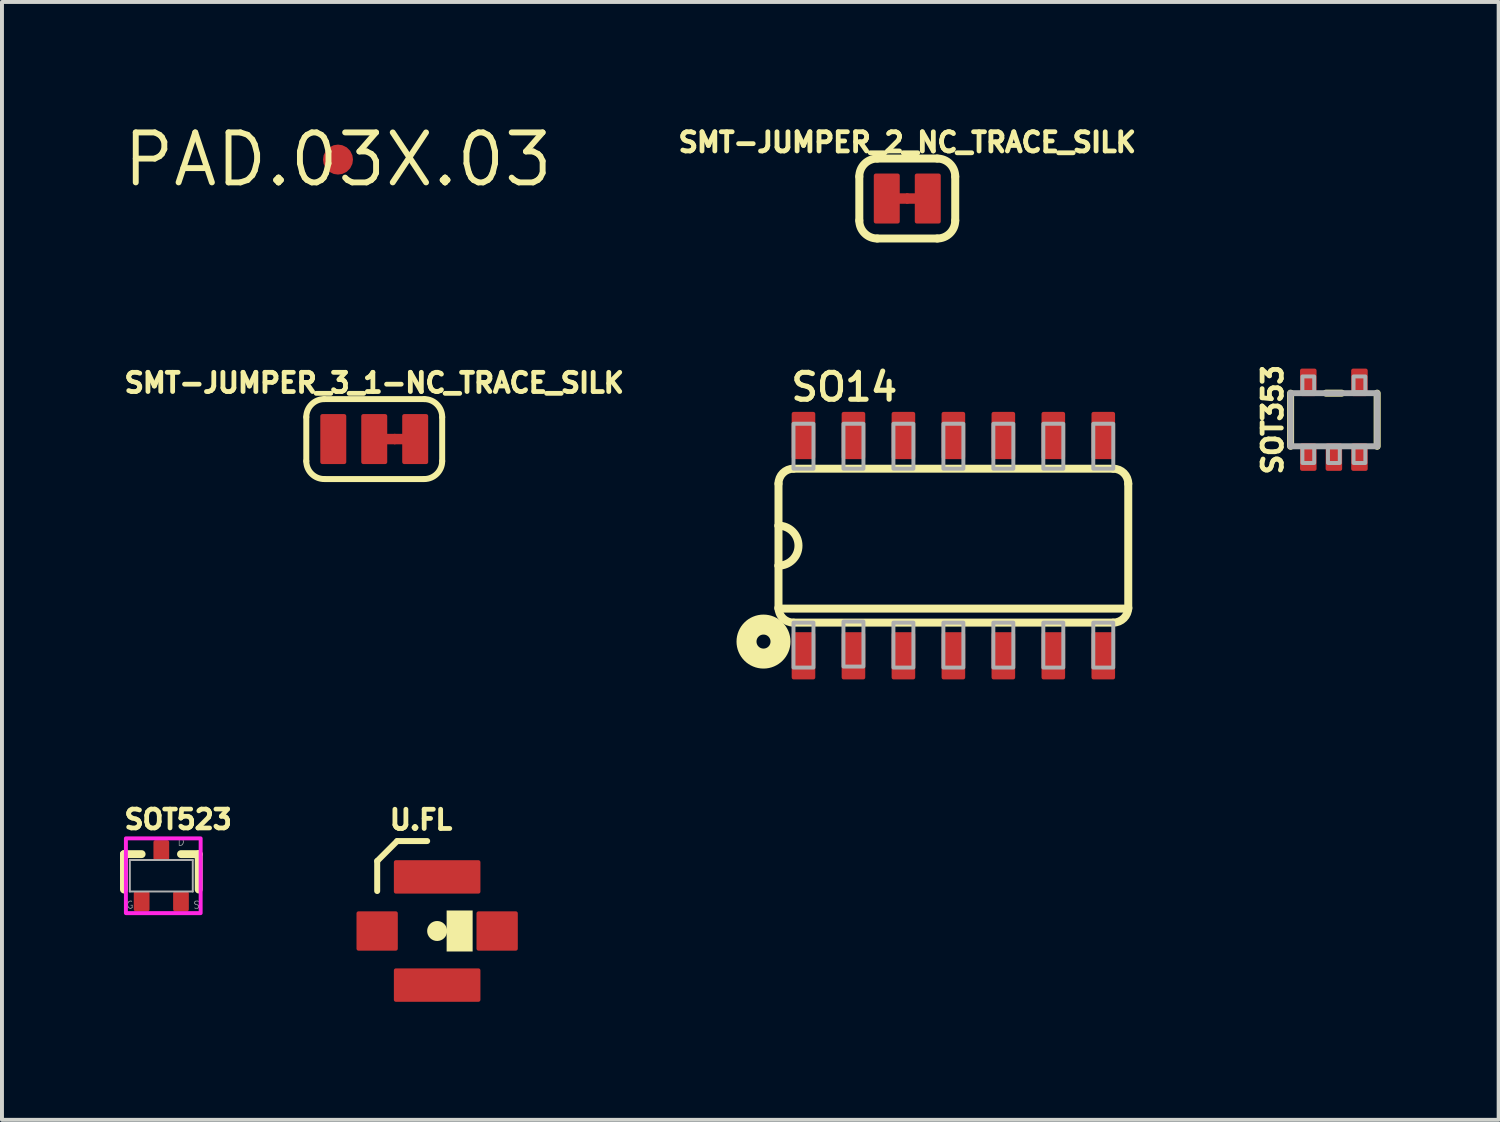
<source format=kicad_pcb>
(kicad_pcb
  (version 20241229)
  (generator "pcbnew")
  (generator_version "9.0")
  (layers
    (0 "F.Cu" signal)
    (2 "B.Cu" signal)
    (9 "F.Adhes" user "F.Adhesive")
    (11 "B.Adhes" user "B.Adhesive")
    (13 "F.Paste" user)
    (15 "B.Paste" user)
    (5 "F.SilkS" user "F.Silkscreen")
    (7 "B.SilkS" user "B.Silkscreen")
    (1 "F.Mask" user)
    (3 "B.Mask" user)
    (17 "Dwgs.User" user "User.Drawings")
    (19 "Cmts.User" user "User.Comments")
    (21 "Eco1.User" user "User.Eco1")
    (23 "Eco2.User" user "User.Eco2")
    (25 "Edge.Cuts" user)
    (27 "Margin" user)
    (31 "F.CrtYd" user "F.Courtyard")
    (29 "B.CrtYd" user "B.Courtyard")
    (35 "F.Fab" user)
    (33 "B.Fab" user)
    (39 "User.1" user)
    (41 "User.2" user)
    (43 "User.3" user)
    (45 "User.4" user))
  (footprint "PAD.03X.03"
    (layer "F.Cu")
    (at 5.541 1.006)
    (property "Reference" "PAD.03X.03" (at 0 0 0) (layer "F.SilkS") (effects (font (size 1.27 1.27) (thickness 0.15))))
    (pad "1" smd roundrect (at 0 0) (size 0.762 0.762) (layers "F.Cu" "F.Mask") (roundrect_rratio 0.5)))
  (footprint "SOT523"
    (layer "F.Cu")
    (at 1.05 19.259)
    (property "Reference" "SOT523" (at -1 -1.2 0) (unlocked yes) (layer "F.SilkS") (effects (font (size 0.48 0.48) (thickness 0.12)) (justify left bottom)))
    (fp_poly (pts (xy -0.75 0.9) (xy -0.25 0.9) (xy -0.25 0.29) (xy -0.75 0.29)) (stroke (width 0) (type default)) (fill yes) (layer "F.Mask"))
    (fp_poly (pts (xy -0.25 -0.4) (xy 0.25 -0.4) (xy 0.25 -1.01) (xy -0.25 -1.01)) (stroke (width 0) (type default)) (fill yes) (layer "F.Mask"))
    (fp_poly (pts (xy 0.25 0.9) (xy 0.75 0.9) (xy 0.75 0.29) (xy 0.25 0.29)) (stroke (width 0) (type default)) (fill yes) (layer "F.Mask"))
    (fp_line (start -0.95 -0.6) (end -0.95 0.3) (stroke (width 0.2) (type solid)) (layer "F.SilkS"))
    (fp_line (start -0.5 -0.6) (end -0.95 -0.6) (stroke (width 0.2) (type solid)) (layer "F.SilkS"))
    (fp_line (start 0.5 -0.6) (end 0.95 -0.6) (stroke (width 0.2) (type solid)) (layer "F.SilkS"))
    (fp_line (start 0.95 -0.6) (end 0.95 0.3) (stroke (width 0.2) (type solid)) (layer "F.SilkS"))
    (fp_poly (pts (xy -0.65 0.8) (xy -0.35 0.8) (xy -0.35 0.4) (xy -0.65 0.4)) (stroke (width 0) (type default)) (fill yes) (layer "F.Paste"))
    (fp_poly (pts (xy -0.15 -0.5) (xy 0.15 -0.5) (xy 0.15 -0.9) (xy -0.15 -0.9)) (stroke (width 0) (type default)) (fill yes) (layer "F.Paste"))
    (fp_poly (pts (xy 0.35 0.8) (xy 0.65 0.8) (xy 0.65 0.4) (xy 0.35 0.4)) (stroke (width 0) (type default)) (fill yes) (layer "F.Paste"))
    (fp_poly (pts (xy -0.9 0.9) (xy 1 0.9) (xy 1 -1) (xy -0.9 -1)) (stroke (width 0.1) (type default)) (fill no) (layer "F.CrtYd"))
    (fp_line (start -0.8 -0.45) (end -0.8 0.35) (stroke (width 0.05) (type solid)) (layer "F.Fab"))
    (fp_line (start -0.8 0.35) (end 0.8 0.35) (stroke (width 0.05) (type solid)) (layer "F.Fab"))
    (fp_line (start 0.8 -0.45) (end -0.8 -0.45) (stroke (width 0.05) (type solid)) (layer "F.Fab"))
    (fp_line (start 0.8 0.35) (end 0.8 -0.45) (stroke (width 0.05) (type solid)) (layer "F.Fab"))
    (fp_text user "G" (at -0.9 0.8 0) (unlocked yes) (layer "F.Fab") (effects (font (size 0.184 0.184) (thickness 0.016)) (justify left bottom)))
    (fp_text user "S" (at 0.8 0.8 0) (unlocked yes) (layer "F.Fab") (effects (font (size 0.184 0.184) (thickness 0.016)) (justify left bottom)))
    (fp_text user "D" (at 0.4 -0.8 0) (unlocked yes) (layer "F.Fab") (effects (font (size 0.184 0.184) (thickness 0.016)) (justify left bottom)))
    (pad "1" smd roundrect (at 0 -0.7) (size 0.4 0.51) (layers "F.Cu") (roundrect_rratio 0.127))
    (pad "2" smd roundrect (at 0.5 0.6) (size 0.4 0.51) (layers "F.Cu") (roundrect_rratio 0.127))
    (pad "3" smd roundrect (at -0.5 0.6) (size 0.4 0.51) (layers "F.Cu") (roundrect_rratio 0.127)))
  (footprint "SMT-JUMPER_3_1-NC_TRACE_SILK"
    (layer "F.Cu")
    (at 6.462 8.11)
    (property "Reference" "SMT-JUMPER_3_1-NC_TRACE_SILK" (at 0 -1.143 0) (unlocked yes) (layer "F.SilkS") (effects (font (size 0.488 0.488) (thickness 0.122)) (justify bottom)))
    (fp_poly (pts (xy 0.54 0.133) (xy -0.197 0.133) (xy -0.197 -0.133) (xy 0.54 -0.133)) (stroke (width 0) (type default)) (fill yes) (layer "F.Cu"))
    (fp_poly (pts (xy 1.238 0.133) (xy 0.502 0.133) (xy 0.502 -0.133) (xy 1.238 -0.133)) (stroke (width 0) (type default)) (fill yes) (layer "F.Cu"))
    (fp_poly (pts (xy 0.762 0.191) (xy 0.254 0.191) (xy 0.254 -0.191) (xy 0.762 -0.191)) (stroke (width 0) (type default)) (fill yes) (layer "F.Mask"))
    (fp_line (start -1.727 0.559) (end -1.727 -0.559) (stroke (width 0.152) (type solid)) (layer "F.SilkS"))
    (fp_line (start -1.27 -1.016) (end 1.27 -1.016) (stroke (width 0.152) (type solid)) (layer "F.SilkS"))
    (fp_line (start 1.27 1.016) (end -1.27 1.016) (stroke (width 0.152) (type solid)) (layer "F.SilkS"))
    (fp_line (start 1.727 0.559) (end 1.727 -0.559) (stroke (width 0.152) (type solid)) (layer "F.SilkS"))
    (fp_arc (start -1.7272 -0.5588) (mid -1.593289 -0.882089) (end -1.27 -1.016) (stroke (width 0.1524) (type solid)) (layer "F.SilkS"))
    (fp_arc (start -1.27 1.016) (mid -1.593289 0.882089) (end -1.7272 0.5588) (stroke (width 0.1524) (type solid)) (layer "F.SilkS"))
    (fp_arc (start 1.27 -1.016) (mid 1.593289 -0.882089) (end 1.7272 -0.5588) (stroke (width 0.1524) (type solid)) (layer "F.SilkS"))
    (fp_arc (start 1.7272 0.5588) (mid 1.593289 0.882089) (end 1.27 1.016) (stroke (width 0.1524) (type solid)) (layer "F.SilkS"))
    (pad "1" smd roundrect (at -1.041 0) (size 0.66 1.27) (layers "F.Cu" "F.Mask") (roundrect_rratio 0.077))
    (pad "2" smd roundrect (at 0 0) (size 0.66 1.27) (layers "F.Cu" "F.Mask") (roundrect_rratio 0.077))
    (pad "3" smd roundrect (at 1.041 0) (size 0.66 1.27) (layers "F.Cu" "F.Mask") (roundrect_rratio 0.077)))
  (footprint "SMT-JUMPER_2_NC_TRACE_SILK"
    (layer "F.Cu")
    (at 20.01 1.996)
    (property "Reference" "SMT-JUMPER_2_NC_TRACE_SILK" (at 0 -1.143 0) (unlocked yes) (layer "F.SilkS") (effects (font (size 0.488 0.488) (thickness 0.122)) (justify bottom)))
    (fp_poly (pts (xy 0.032 0.133) (xy -0.705 0.133) (xy -0.705 -0.133) (xy 0.032 -0.133)) (stroke (width 0) (type default)) (fill yes) (layer "F.Cu"))
    (fp_poly (pts (xy 0.705 0.133) (xy -0.032 0.133) (xy -0.032 -0.133) (xy 0.705 -0.133)) (stroke (width 0) (type default)) (fill yes) (layer "F.Cu"))
    (fp_poly (pts (xy 0.254 0.191) (xy -0.254 0.191) (xy -0.254 -0.191) (xy 0.254 -0.191)) (stroke (width 0) (type default)) (fill yes) (layer "F.Mask"))
    (fp_line (start -1.219 0.559) (end -1.219 -0.559) (stroke (width 0.203) (type solid)) (layer "F.SilkS"))
    (fp_line (start -0.762 -1.016) (end 0.762 -1.016) (stroke (width 0.203) (type solid)) (layer "F.SilkS"))
    (fp_line (start 0.762 1.016) (end -0.762 1.016) (stroke (width 0.203) (type solid)) (layer "F.SilkS"))
    (fp_line (start 1.219 0.559) (end 1.219 -0.559) (stroke (width 0.203) (type solid)) (layer "F.SilkS"))
    (fp_arc (start -1.2192 -0.5588) (mid -1.085289 -0.882089) (end -0.762 -1.016) (stroke (width 0.2032) (type solid)) (layer "F.SilkS"))
    (fp_arc (start -0.762 1.016) (mid -1.085289 0.882089) (end -1.2192 0.5588) (stroke (width 0.2032) (type solid)) (layer "F.SilkS"))
    (fp_arc (start 0.762 -1.016) (mid 1.085289 -0.882089) (end 1.2192 -0.5588) (stroke (width 0.2032) (type solid)) (layer "F.SilkS"))
    (fp_arc (start 1.2192 0.5588) (mid 1.085289 0.882089) (end 0.762 1.016) (stroke (width 0.2032) (type solid)) (layer "F.SilkS"))
    (pad "1" smd roundrect (at -0.521 0) (size 0.66 1.27) (layers "F.Cu" "F.Mask") (roundrect_rratio 0.077))
    (pad "2" smd roundrect (at 0.521 0) (size 0.66 1.27) (layers "F.Cu" "F.Mask") (roundrect_rratio 0.077)))
  (footprint "SOT353"
    (layer "F.Cu")
    (at 30.853 7.618)
    (property "Reference" "SOT353" (at -1.27 0 90) (unlocked yes) (layer "F.SilkS") (effects (font (size 0.488 0.488) (thickness 0.122)) (justify bottom)))
    (fp_line (start -1.1 0.675) (end -1.1 -0.675) (stroke (width 0.178) (type solid)) (layer "F.SilkS"))
    (fp_line (start -0.2 -0.675) (end 0.2 -0.675) (stroke (width 0.178) (type solid)) (layer "F.SilkS"))
    (fp_line (start 1.1 -0.675) (end 1.1 0.675) (stroke (width 0.178) (type solid)) (layer "F.SilkS"))
    (fp_line (start -1.1 -0.675) (end 1.1 -0.675) (stroke (width 0.152) (type solid)) (layer "F.Fab"))
    (fp_line (start -1.1 0.675) (end -1.1 -0.675) (stroke (width 0.152) (type solid)) (layer "F.Fab"))
    (fp_line (start 1.1 -0.675) (end 1.1 0.675) (stroke (width 0.152) (type solid)) (layer "F.Fab"))
    (fp_line (start 1.1 0.675) (end -1.1 0.675) (stroke (width 0.152) (type solid)) (layer "F.Fab"))
    (fp_poly (pts (xy -0.8 -0.7) (xy -0.5 -0.7) (xy -0.5 -1.1) (xy -0.8 -1.1)) (stroke (width 0.1) (type default)) (fill no) (layer "F.Fab"))
    (fp_poly (pts (xy -0.5 0.7) (xy -0.8 0.7) (xy -0.8 1.1) (xy -0.5 1.1)) (stroke (width 0.1) (type default)) (fill no) (layer "F.Fab"))
    (fp_poly (pts (xy 0.15 0.7) (xy -0.15 0.7) (xy -0.15 1.1) (xy 0.15 1.1)) (stroke (width 0.1) (type default)) (fill no) (layer "F.Fab"))
    (fp_poly (pts (xy 0.5 -0.7) (xy 0.8 -0.7) (xy 0.8 -1.1) (xy 0.5 -1.1)) (stroke (width 0.1) (type default)) (fill no) (layer "F.Fab"))
    (fp_poly (pts (xy 0.8 0.7) (xy 0.5 0.7) (xy 0.5 1.1) (xy 0.8 1.1)) (stroke (width 0.1) (type default)) (fill no) (layer "F.Fab"))
    (pad "1" smd roundrect (at -0.65 0.95) (size 0.42 0.7) (layers "F.Cu" "F.Mask" "F.Paste") (roundrect_rratio 0.121))
    (pad "2" smd roundrect (at 0 0.95) (size 0.42 0.7) (layers "F.Cu" "F.Mask" "F.Paste") (roundrect_rratio 0.121))
    (pad "3" smd roundrect (at 0.65 0.95) (size 0.42 0.7) (layers "F.Cu" "F.Mask" "F.Paste") (roundrect_rratio 0.121))
    (pad "4" smd roundrect (at 0.65 -0.95) (size 0.42 0.7) (layers "F.Cu" "F.Mask" "F.Paste") (roundrect_rratio 0.121))
    (pad "5" smd roundrect (at -0.65 -0.95) (size 0.42 0.7) (layers "F.Cu" "F.Mask" "F.Paste") (roundrect_rratio 0.121)))
  (footprint "SO14"
    (layer "F.Cu")
    (at 20.547 10.819)
    (property "Reference" "SO14" (at -3.556 -3.632 0) (unlocked yes) (layer "F.SilkS") (effects (font (size 0.683 0.683) (thickness 0.13)) (justify left bottom)))
    (fp_line (start -3.81 -1.575) (end -3.81 -0.508) (stroke (width 0.203) (type solid)) (layer "F.SilkS"))
    (fp_line (start -3.81 -0.508) (end -3.81 0.508) (stroke (width 0.203) (type solid)) (layer "F.SilkS"))
    (fp_line (start -3.81 0.508) (end -3.81 1.575) (stroke (width 0.203) (type solid)) (layer "F.SilkS"))
    (fp_line (start -3.81 1.6) (end 5.08 1.6) (stroke (width 0.203) (type solid)) (layer "F.SilkS"))
    (fp_line (start -3.429 1.956) (end 4.699 1.956) (stroke (width 0.203) (type solid)) (layer "F.SilkS"))
    (fp_line (start 4.699 -1.956) (end -3.429 -1.956) (stroke (width 0.203) (type solid)) (layer "F.SilkS"))
    (fp_line (start 5.08 1.575) (end 5.08 -1.575) (stroke (width 0.203) (type solid)) (layer "F.SilkS"))
    (fp_arc (start -3.81 -1.5748) (mid -3.698408 -1.844208) (end -3.429 -1.9558) (stroke (width 0.2032) (type solid)) (layer "F.SilkS"))
    (fp_arc (start -3.81 -0.508) (mid -3.302 0) (end -3.81 0.508) (stroke (width 0.2032) (type solid)) (layer "F.SilkS"))
    (fp_arc (start -3.429 1.9558) (mid -3.698408 1.844208) (end -3.81 1.5748) (stroke (width 0.2032) (type solid)) (layer "F.SilkS"))
    (fp_arc (start 4.699 -1.9558) (mid 4.968408 -1.844208) (end 5.08 -1.5748) (stroke (width 0.2032) (type solid)) (layer "F.SilkS"))
    (fp_arc (start 5.08 1.5748) (mid 4.968408 1.844208) (end 4.699 1.9558) (stroke (width 0.2032) (type solid)) (layer "F.SilkS"))
    (fp_circle (center -4.191 2.438) (end -4.013 2.438) (stroke (width 0.508) (type solid)) (fill no) (layer "F.SilkS"))
    (fp_poly (pts (xy -3.429 -1.956) (xy -2.921 -1.956) (xy -2.921 -3.099) (xy -3.429 -3.099)) (stroke (width 0.1) (type default)) (fill no) (layer "F.Fab"))
    (fp_poly (pts (xy -3.429 3.099) (xy -2.921 3.099) (xy -2.921 1.956) (xy -3.429 1.956)) (stroke (width 0.1) (type default)) (fill no) (layer "F.Fab"))
    (fp_poly (pts (xy -2.159 -1.956) (xy -1.651 -1.956) (xy -1.651 -3.099) (xy -2.159 -3.099)) (stroke (width 0.1) (type default)) (fill no) (layer "F.Fab"))
    (fp_poly (pts (xy -2.159 3.073) (xy -1.651 3.073) (xy -1.651 1.93) (xy -2.159 1.93)) (stroke (width 0.1) (type default)) (fill no) (layer "F.Fab"))
    (fp_poly (pts (xy -0.889 -1.956) (xy -0.381 -1.956) (xy -0.381 -3.099) (xy -0.889 -3.099)) (stroke (width 0.1) (type default)) (fill no) (layer "F.Fab"))
    (fp_poly (pts (xy -0.889 3.099) (xy -0.381 3.099) (xy -0.381 1.956) (xy -0.889 1.956)) (stroke (width 0.1) (type default)) (fill no) (layer "F.Fab"))
    (fp_poly (pts (xy 0.381 -1.956) (xy 0.889 -1.956) (xy 0.889 -3.099) (xy 0.381 -3.099)) (stroke (width 0.1) (type default)) (fill no) (layer "F.Fab"))
    (fp_poly (pts (xy 0.381 3.099) (xy 0.889 3.099) (xy 0.889 1.956) (xy 0.381 1.956)) (stroke (width 0.1) (type default)) (fill no) (layer "F.Fab"))
    (fp_poly (pts (xy 1.651 -1.956) (xy 2.159 -1.956) (xy 2.159 -3.099) (xy 1.651 -3.099)) (stroke (width 0.1) (type default)) (fill no) (layer "F.Fab"))
    (fp_poly (pts (xy 1.651 3.099) (xy 2.159 3.099) (xy 2.159 1.956) (xy 1.651 1.956)) (stroke (width 0.1) (type default)) (fill no) (layer "F.Fab"))
    (fp_poly (pts (xy 2.921 -1.956) (xy 3.429 -1.956) (xy 3.429 -3.099) (xy 2.921 -3.099)) (stroke (width 0.1) (type default)) (fill no) (layer "F.Fab"))
    (fp_poly (pts (xy 2.921 3.099) (xy 3.429 3.099) (xy 3.429 1.956) (xy 2.921 1.956)) (stroke (width 0.1) (type default)) (fill no) (layer "F.Fab"))
    (fp_poly (pts (xy 4.191 -1.956) (xy 4.699 -1.956) (xy 4.699 -3.099) (xy 4.191 -3.099)) (stroke (width 0.1) (type default)) (fill no) (layer "F.Fab"))
    (fp_poly (pts (xy 4.191 3.099) (xy 4.699 3.099) (xy 4.699 1.956) (xy 4.191 1.956)) (stroke (width 0.1) (type default)) (fill no) (layer "F.Fab"))
    (pad "1" smd roundrect (at -3.175 2.8) (size 0.6 1.2) (layers "F.Cu" "F.Mask" "F.Paste") (roundrect_rratio 0.085))
    (pad "2" smd roundrect (at -1.905 2.8) (size 0.6 1.2) (layers "F.Cu" "F.Mask" "F.Paste") (roundrect_rratio 0.085))
    (pad "3" smd roundrect (at -0.635 2.8) (size 0.6 1.2) (layers "F.Cu" "F.Mask" "F.Paste") (roundrect_rratio 0.085))
    (pad "4" smd roundrect (at 0.635 2.8) (size 0.6 1.2) (layers "F.Cu" "F.Mask" "F.Paste") (roundrect_rratio 0.085))
    (pad "5" smd roundrect (at 1.905 2.8) (size 0.6 1.2) (layers "F.Cu" "F.Mask" "F.Paste") (roundrect_rratio 0.085))
    (pad "6" smd roundrect (at 3.175 2.8) (size 0.6 1.2) (layers "F.Cu" "F.Mask" "F.Paste") (roundrect_rratio 0.085))
    (pad "7" smd roundrect (at 4.445 2.8) (size 0.6 1.2) (layers "F.Cu" "F.Mask" "F.Paste") (roundrect_rratio 0.085))
    (pad "8" smd roundrect (at 4.445 -2.8) (size 0.6 1.2) (layers "F.Cu" "F.Mask" "F.Paste") (roundrect_rratio 0.085))
    (pad "9" smd roundrect (at 3.175 -2.8) (size 0.6 1.2) (layers "F.Cu" "F.Mask" "F.Paste") (roundrect_rratio 0.085))
    (pad "10" smd roundrect (at 1.905 -2.8) (size 0.6 1.2) (layers "F.Cu" "F.Mask" "F.Paste") (roundrect_rratio 0.085))
    (pad "11" smd roundrect (at 0.635 -2.8) (size 0.6 1.2) (layers "F.Cu" "F.Mask" "F.Paste") (roundrect_rratio 0.085))
    (pad "12" smd roundrect (at -0.635 -2.8) (size 0.6 1.2) (layers "F.Cu" "F.Mask" "F.Paste") (roundrect_rratio 0.085))
    (pad "13" smd roundrect (at -1.905 -2.8) (size 0.6 1.2) (layers "F.Cu" "F.Mask" "F.Paste") (roundrect_rratio 0.085))
    (pad "14" smd roundrect (at -3.175 -2.8) (size 0.6 1.2) (layers "F.Cu" "F.Mask" "F.Paste") (roundrect_rratio 0.085)))
  (footprint "U.FL"
    (layer "F.Cu")
    (at 8.061 20.613)
    (property "Reference" "U.FL" (at -1.27 -2.54 0) (unlocked yes) (layer "F.SilkS") (effects (font (size 0.488 0.488) (thickness 0.122)) (justify left bottom)))
    (fp_line (start -1.524 -1.778) (end -1.016 -2.286) (stroke (width 0.152) (type solid)) (layer "F.SilkS"))
    (fp_line (start -1.524 -1.016) (end -1.524 -1.778) (stroke (width 0.152) (type solid)) (layer "F.SilkS"))
    (fp_line (start -1.016 -2.286) (end -0.254 -2.286) (stroke (width 0.152) (type solid)) (layer "F.SilkS"))
    (fp_circle (center 0 0) (end 0.127 0) (stroke (width 0.254) (type solid)) (fill no) (layer "F.SilkS"))
    (fp_poly (pts (xy 0.902 0.521) (xy 0.241 0.521) (xy 0.241 -0.521) (xy 0.902 -0.521)) (stroke (width 0) (type default)) (fill yes) (layer "F.SilkS"))
    (pad "1" smd roundrect (at 0 -1.375) (size 2.2 0.85) (layers "F.Cu" "F.Mask" "F.Paste") (roundrect_rratio 0.06))
    (pad "2" smd roundrect (at 0 1.375) (size 2.2 0.85) (layers "F.Cu" "F.Mask" "F.Paste") (roundrect_rratio 0.06))
    (pad "FEED" smd roundrect (at 1.525 0) (size 1.05 1) (layers "F.Cu" "F.Mask" "F.Paste") (roundrect_rratio 0.051))
    (pad "NC" smd roundrect (at -1.525 0) (size 1.05 1) (layers "F.Cu" "F.Mask" "F.Paste") (roundrect_rratio 0.051)))
  (gr_rect
    (start -3 -3)
    (end 35.041 25.413)
    (stroke (width 0.1) (type default))
    (fill no)
    (layer "Edge.Cuts")))
</source>
